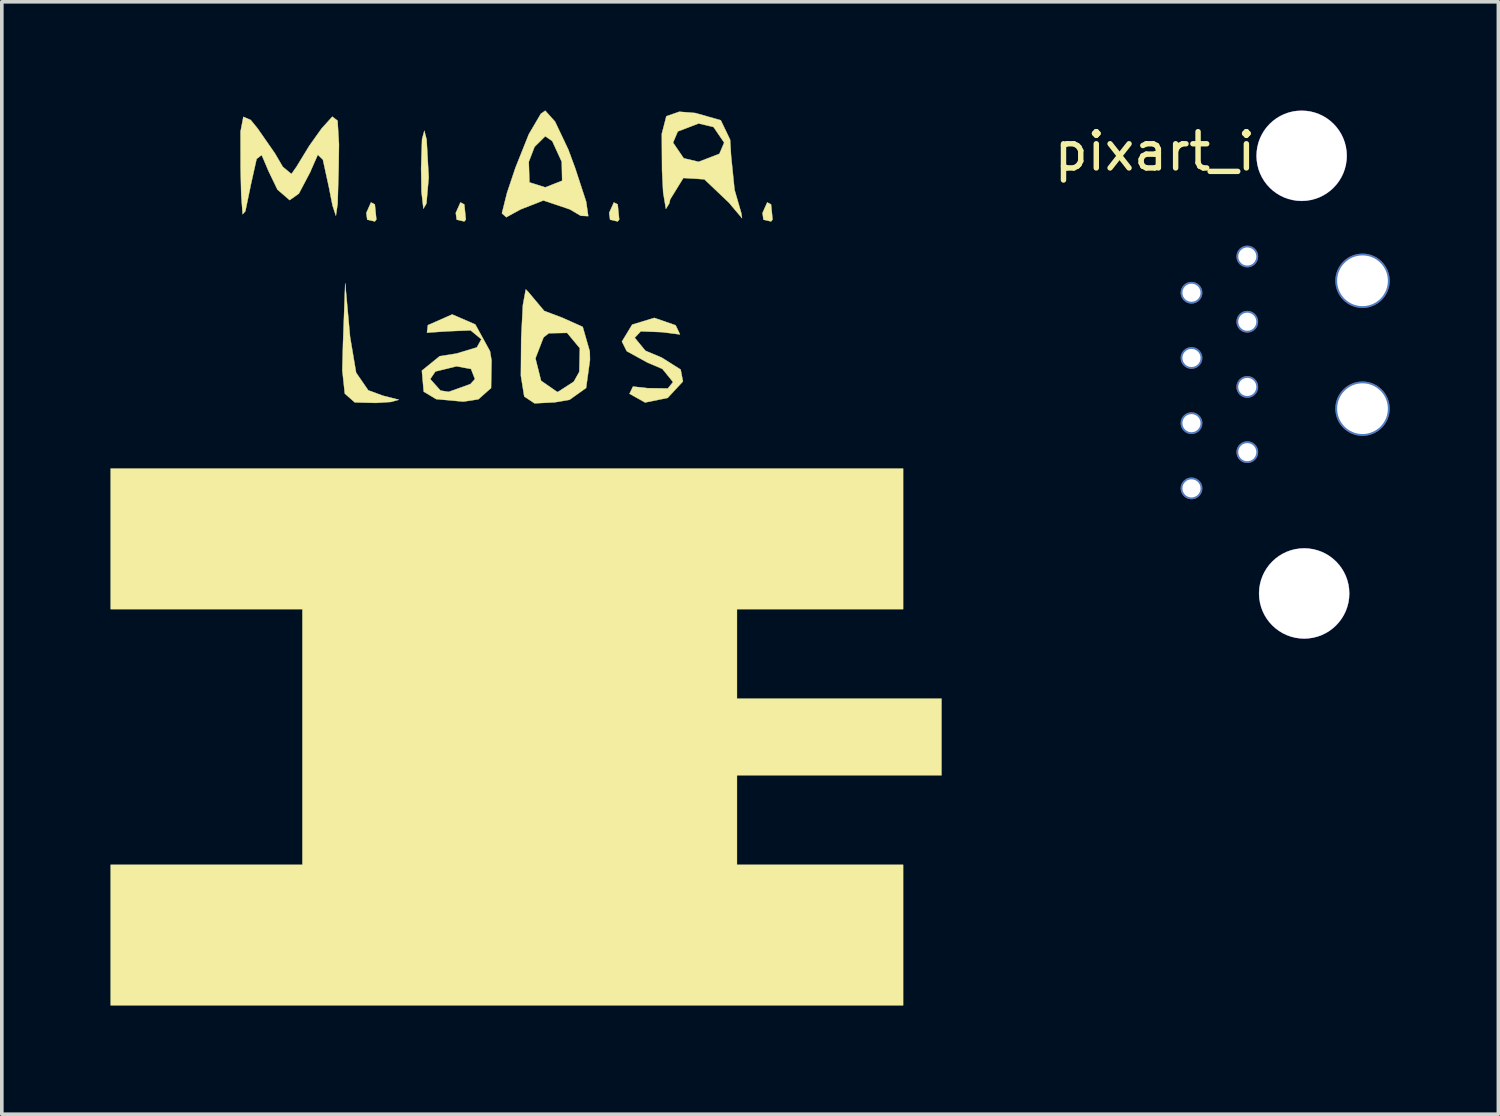
<source format=kicad_pcb>
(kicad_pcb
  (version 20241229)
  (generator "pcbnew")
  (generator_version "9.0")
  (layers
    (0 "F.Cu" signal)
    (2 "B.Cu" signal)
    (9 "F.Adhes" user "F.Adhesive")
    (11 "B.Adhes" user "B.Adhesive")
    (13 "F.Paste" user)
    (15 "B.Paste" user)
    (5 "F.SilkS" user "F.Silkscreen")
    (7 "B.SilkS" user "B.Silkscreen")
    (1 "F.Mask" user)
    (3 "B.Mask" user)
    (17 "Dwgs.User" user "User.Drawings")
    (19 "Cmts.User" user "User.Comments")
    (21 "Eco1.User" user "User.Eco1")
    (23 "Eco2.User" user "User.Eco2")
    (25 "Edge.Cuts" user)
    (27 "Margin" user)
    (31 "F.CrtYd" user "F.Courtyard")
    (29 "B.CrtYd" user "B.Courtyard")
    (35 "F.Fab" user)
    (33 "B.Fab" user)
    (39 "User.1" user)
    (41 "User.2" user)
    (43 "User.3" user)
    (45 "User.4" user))
  (footprint "MIAR"
    (layer "F.Cu")
    (at 11.294 12.352)
    (property "Reference" "MIAR" (at 0 0 0) (layer "F.SilkS") (effects (font (size 1.524 1.524) (thickness 0.3))))
    (attr through_hole)
    (fp_poly (pts (xy -3.998 -9.76) (xy -3.956 -9.342) (xy -3.998 -9.29) (xy -4.208 -9.338) (xy -4.233 -9.525) (xy -4.104 -9.815) (xy -3.998 -9.76)) (stroke (width 0.01) (type solid)) (fill yes) (layer "F.SilkS"))
    (fp_poly (pts (xy -1.529 -9.76) (xy -1.486 -9.342) (xy -1.529 -9.29) (xy -1.738 -9.338) (xy -1.764 -9.525) (xy -1.635 -9.815) (xy -1.529 -9.76)) (stroke (width 0.01) (type solid)) (fill yes) (layer "F.SilkS"))
    (fp_poly (pts (xy 2.705 -9.76) (xy 2.747 -9.342) (xy 2.705 -9.29) (xy 2.495 -9.338) (xy 2.469 -9.525) (xy 2.599 -9.815) (xy 2.705 -9.76)) (stroke (width 0.01) (type solid)) (fill yes) (layer "F.SilkS"))
    (fp_poly (pts (xy 6.938 -9.76) (xy 6.98 -9.342) (xy 6.938 -9.29) (xy 6.728 -9.338) (xy 6.703 -9.525) (xy 6.832 -9.815) (xy 6.938 -9.76)) (stroke (width 0.01) (type solid)) (fill yes) (layer "F.SilkS"))
    (fp_poly (pts (xy -2.569 -11.549) (xy -2.511 -10.505) (xy -2.574 -9.785) (xy -2.657 -9.643) (xy -2.71 -10.105) (xy -2.721 -10.76) (xy -2.695 -11.56) (xy -2.632 -11.794) (xy -2.569 -11.549)) (stroke (width 0.01) (type solid)) (fill yes) (layer "F.SilkS"))
    (fp_poly (pts (xy -4.682 -6.107) (xy -4.515 -5.116) (xy -4.18 -4.629) (xy -3.773 -4.48) (xy -3.337 -4.369) (xy -3.553 -4.308) (xy -3.969 -4.281) (xy -4.552 -4.296) (xy -4.827 -4.538) (xy -4.896 -5.186) (xy -4.877 -5.909) (xy -4.816 -7.585) (xy -4.682 -6.107)) (stroke (width 0.01) (type solid)) (fill yes) (layer "F.SilkS"))
    (fp_poly (pts (xy 10.583 1.411) (xy 5.997 1.411) (xy 5.997 3.881) (xy 11.642 3.881) (xy 11.642 5.997) (xy 5.997 5.997) (xy 5.997 8.467) (xy 10.583 8.467) (xy 10.583 12.347) (xy -11.289 12.347) (xy -11.289 8.467) (xy -5.997 8.467) (xy -5.997 1.411) (xy -11.289 1.411) (xy -11.289 -2.469) (xy 10.583 -2.469) (xy 10.583 1.411)) (stroke (width 0.01) (type solid)) (fill yes) (layer "F.SilkS"))
    (fp_poly (pts (xy 4.297 -6.427) (xy 4.308 -6.417) (xy 4.425 -6.171) (xy 3.937 -6.233) (xy 3.931 -6.234) (xy 3.343 -6.257) (xy 3.175 -6.08) (xy 3.47 -5.721) (xy 3.918 -5.533) (xy 4.443 -5.202) (xy 4.506 -4.874) (xy 4.084 -4.419) (xy 3.461 -4.293) (xy 3.031 -4.534) (xy 3.127 -4.733) (xy 3.527 -4.688) (xy 4.089 -4.681) (xy 4.233 -4.857) (xy 3.939 -5.22) (xy 3.528 -5.394) (xy 2.955 -5.709) (xy 2.822 -5.975) (xy 3.105 -6.442) (xy 3.715 -6.628) (xy 4.297 -6.427)) (stroke (width 0.01) (type solid)) (fill yes) (layer "F.SilkS"))
    (fp_poly (pts (xy 0.977 -12.044) (xy 1.342 -11.275) (xy 1.528 -10.773) (xy 1.835 -9.835) (xy 1.892 -9.436) (xy 1.684 -9.447) (xy 1.385 -9.623) (xy 0.655 -9.869) (xy 0.026 -9.623) (xy -0.37 -9.406) (xy -0.491 -9.514) (xy -0.351 -10.075) (xy -0.117 -10.773) (xy -0.052 -10.936) (xy 0.251 -10.936) (xy 0.269 -10.369) (xy 0.706 -10.231) (xy 1.172 -10.414) (xy 1.161 -10.936) (xy 0.899 -11.508) (xy 0.706 -11.642) (xy 0.41 -11.349) (xy 0.251 -10.936) (xy -0.052 -10.936) (xy 0.253 -11.699) (xy 0.586 -12.265) (xy 0.706 -12.347) (xy 0.977 -12.044)) (stroke (width 0.01) (type solid)) (fill yes) (layer "F.SilkS"))
    (fp_poly (pts (xy 0.239 -7.342) (xy 0.677 -6.82) (xy 1.168 -6.636) (xy 1.74 -6.38) (xy 1.935 -5.702) (xy 1.94 -5.468) (xy 1.833 -4.694) (xy 1.376 -4.368) (xy 0.97 -4.298) (xy 0.41 -4.269) (xy 0.126 -4.458) (xy 0.033 -5.032) (xy 0.037 -5.511) (xy 0.435 -5.511) (xy 0.59 -4.893) (xy 1.031 -4.587) (xy 1.058 -4.586) (xy 1.494 -4.869) (xy 1.645 -5.139) (xy 1.66 -5.791) (xy 1.309 -6.214) (xy 0.804 -6.204) (xy 0.659 -6.091) (xy 0.435 -5.511) (xy 0.037 -5.511) (xy 0.041 -6.062) (xy 0.088 -6.979) (xy 0.168 -7.415) (xy 0.239 -7.342)) (stroke (width 0.01) (type solid)) (fill yes) (layer "F.SilkS"))
    (fp_poly (pts (xy -1.224 -6.446) (xy -0.819 -5.708) (xy -0.777 -5.455) (xy -0.79 -4.692) (xy -1.141 -4.381) (xy -1.554 -4.317) (xy -2.303 -4.385) (xy -2.649 -4.592) (xy -2.679 -4.939) (xy -2.469 -4.939) (xy -2.185 -4.622) (xy -1.961 -4.586) (xy -1.36 -4.801) (xy -1.235 -4.939) (xy -1.343 -5.217) (xy -1.743 -5.292) (xy -2.328 -5.148) (xy -2.469 -4.939) (xy -2.679 -4.939) (xy -2.7 -5.172) (xy -2.208 -5.571) (xy -1.743 -5.644) (xy -1.182 -5.814) (xy -1.058 -6.038) (xy -1.355 -6.284) (xy -1.967 -6.259) (xy -2.559 -6.22) (xy -2.534 -6.427) (xy -1.863 -6.723) (xy -1.224 -6.446)) (stroke (width 0.01) (type solid)) (fill yes) (layer "F.SilkS"))
    (fp_poly (pts (xy 4.851 -12.282) (xy 5.551 -12.082) (xy 5.808 -11.546) (xy 5.834 -11.112) (xy 5.93 -10.164) (xy 6.115 -9.525) (xy 6.137 -9.38) (xy 5.826 -9.747) (xy 5.794 -9.79) (xy 5.097 -10.453) (xy 4.517 -10.489) (xy 4.153 -9.898) (xy 4.13 -9.79) (xy 4.036 -9.637) (xy 3.96 -10.091) (xy 3.929 -10.695) (xy 3.924 -11.465) (xy 4.233 -11.465) (xy 4.527 -11.034) (xy 4.939 -10.936) (xy 5.513 -11.157) (xy 5.644 -11.465) (xy 5.35 -11.896) (xy 4.939 -11.994) (xy 4.364 -11.774) (xy 4.233 -11.465) (xy 3.924 -11.465) (xy 3.923 -11.711) (xy 4.048 -12.194) (xy 4.405 -12.318) (xy 4.851 -12.282)) (stroke (width 0.01) (type solid)) (fill yes) (layer "F.SilkS"))
    (fp_poly (pts (xy -5.027 -12.072) (xy -4.988 -11.421) (xy -4.997 -10.76) (xy -5.025 -9.776) (xy -5.073 -9.449) (xy -5.166 -9.73) (xy -5.265 -10.231) (xy -5.432 -10.996) (xy -5.572 -11.131) (xy -5.76 -10.704) (xy -5.771 -10.672) (xy -6.095 -10.058) (xy -6.35 -9.878) (xy -6.686 -10.169) (xy -6.929 -10.672) (xy -7.121 -11.123) (xy -7.261 -11.016) (xy -7.426 -10.281) (xy -7.435 -10.231) (xy -7.572 -9.572) (xy -7.647 -9.488) (xy -7.686 -10.028) (xy -7.703 -10.76) (xy -7.705 -11.769) (xy -7.627 -12.178) (xy -7.425 -12.091) (xy -7.233 -11.856) (xy -6.753 -11.165) (xy -6.539 -10.798) (xy -6.3 -10.6) (xy -6.161 -10.798) (xy -5.806 -11.379) (xy -5.467 -11.856) (xy -5.172 -12.182) (xy -5.027 -12.072)) (stroke (width 0.01) (type solid)) (fill yes) (layer "F.SilkS")))
  (footprint "pixart_ir"
    (layer "F.Cu")
    (at 29.137 0.63)
    (property "Reference" "pixart_ir" (at 0 0.5 0) (layer "F.SilkS") (effects (font (size 1 1) (thickness 0.15))))
    (attr through_hole)
    (pad "1" thru_hole circle (at 2.24 3.4) (size 0.6 0.6) (drill 0.5) (layers "*.Cu" "*.Mask"))
    (pad "2" thru_hole circle (at 0.7 4.4) (size 0.6 0.6) (drill 0.5) (layers "*.Cu" "*.Mask"))
    (pad "3" thru_hole circle (at 2.24 5.2) (size 0.6 0.6) (drill 0.5) (layers "*.Cu" "*.Mask"))
    (pad "4" thru_hole circle (at 0.7 6.2) (size 0.6 0.6) (drill 0.5) (layers "*.Cu" "*.Mask"))
    (pad "5" thru_hole circle (at 2.24 7) (size 0.6 0.6) (drill 0.5) (layers "*.Cu" "*.Mask"))
    (pad "6" thru_hole circle (at 0.7 8) (size 0.6 0.6) (drill 0.5) (layers "*.Cu" "*.Mask"))
    (pad "7" thru_hole circle (at 2.24 8.8) (size 0.6 0.6) (drill 0.5) (layers "*.Cu" "*.Mask"))
    (pad "8" thru_hole circle (at 0.7 9.8) (size 0.6 0.6) (drill 0.5) (layers "*.Cu" "*.Mask"))
    (pad "9" thru_hole circle (at 3.74 0.62) (size 2.5 2.5) (drill 2.49) (layers "*.Cu" "*.Mask"))
    (pad "9" thru_hole circle (at 3.81 12.7) (size 2.5 2.5) (drill 2.49) (layers "*.Cu" "*.Mask"))
    (pad "9" thru_hole circle (at 5.42 4.07) (size 1.5 1.5) (drill 1.4) (layers "*.Mask" "B.Cu"))
    (pad "9" thru_hole circle (at 5.42 7.6) (size 1.5 1.5) (drill 1.4) (layers "*.Mask" "B.Cu")))
  (gr_rect
    (start -3 -3)
    (end 38.307 27.704)
    (stroke (width 0.1) (type default))
    (fill no)
    (layer "Edge.Cuts")))
</source>
